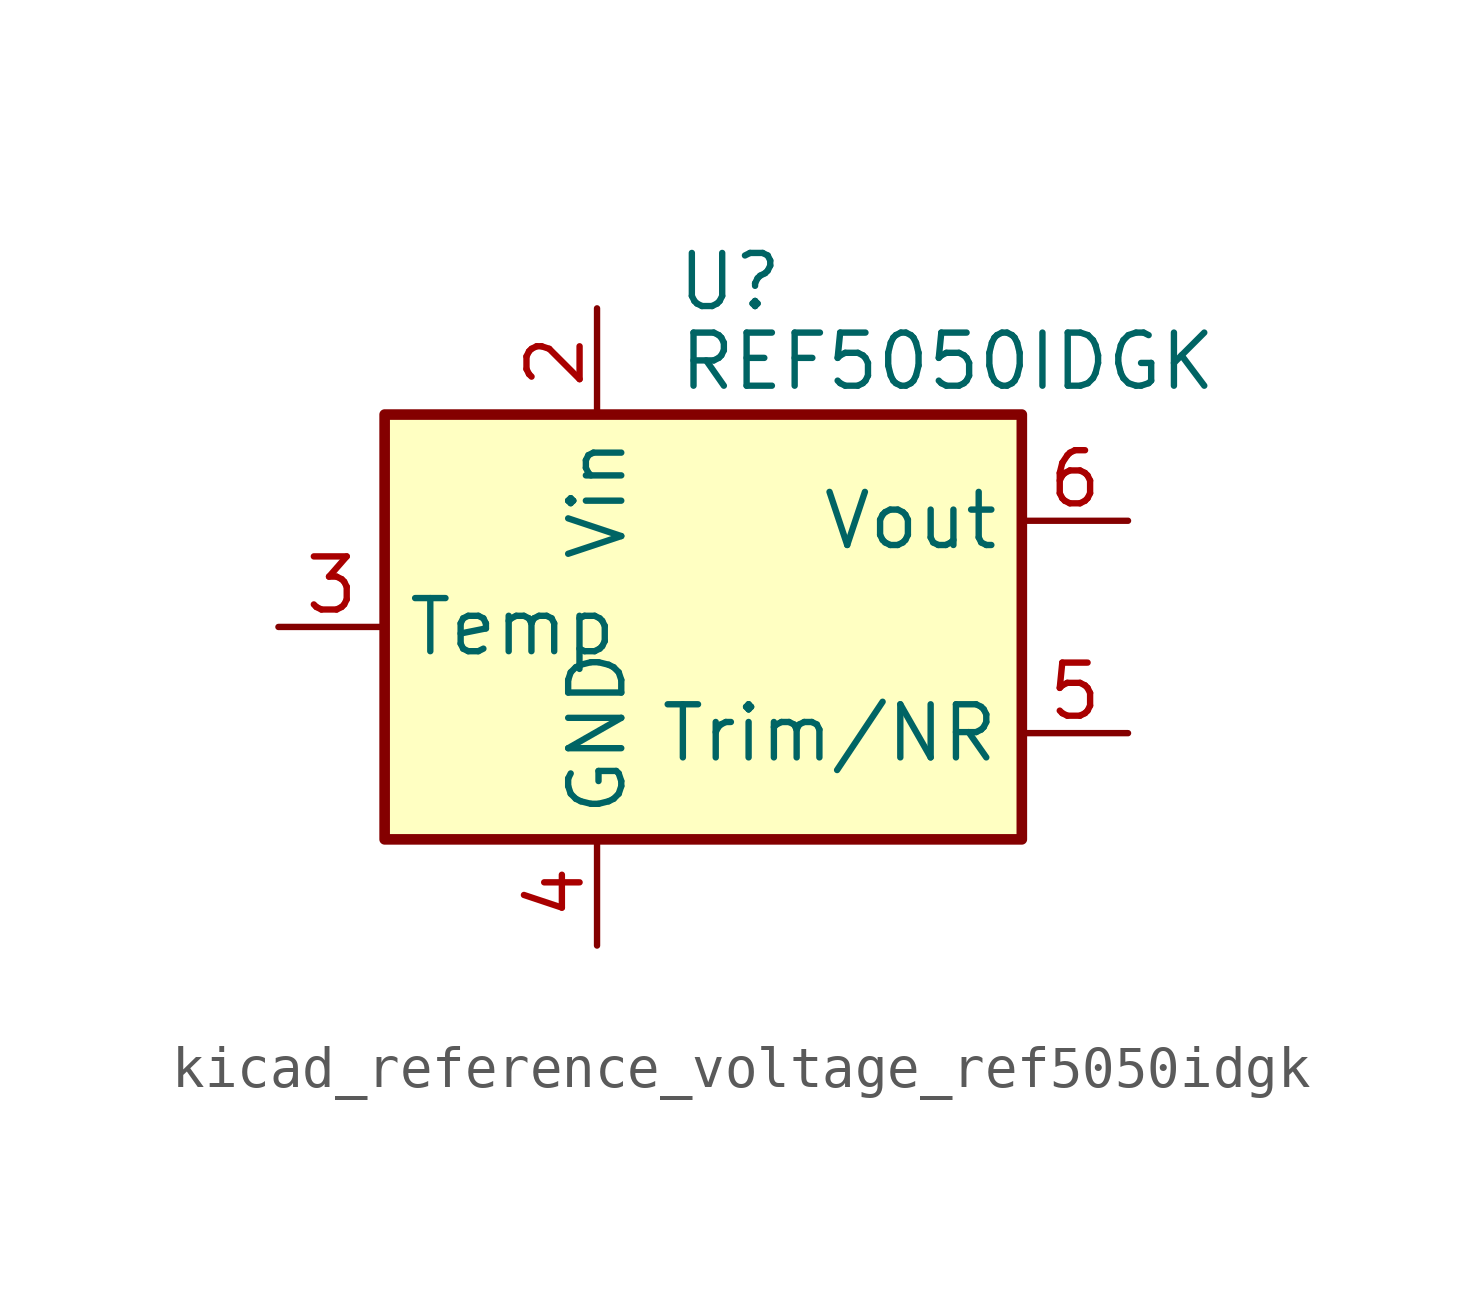
<source format=kicad_sym>
(kicad_symbol_lib
  (version 20220914)
  (generator kicad_symbol_editor)
  (symbol "kicad_reference_voltage_ref5050idgk"
    (property "Reference" "U"
      (at 0.635 8.255 0)
      (effects (font (size 1.27 1.27))))
    (property "Value" "REF5050IDGK"
      (at -0.635 6.35 0)
      (effects (font (size 1.27 1.27)) (justify left)))
    (symbol "kicad_reference_voltage_ref5050idgk_0_1"
      (rectangle (start -7.62 5.08) (end 7.62 -5.08) (stroke (width 0.254) (type default)) (fill (type background))))
    (symbol "kicad_reference_voltage_ref5050idgk_1_1"
      (pin no_connect line (at -7.62 2.54 0) (length 2.54) hide (name "DNC" (effects (font (size 1.27 1.27)))) (number "1" (effects (font (size 1.27 1.27)))))
      (pin power_in line (at -2.54 7.62 270) (length 2.54) (name "Vin" (effects (font (size 1.27 1.27)))) (number "2" (effects (font (size 1.27 1.27)))))
      (pin passive line (at -10.16 0 0) (length 2.54) (name "Temp" (effects (font (size 1.27 1.27)))) (number "3" (effects (font (size 1.27 1.27)))))
      (pin power_in line (at -2.54 -7.62 90) (length 2.54) (name "GND" (effects (font (size 1.27 1.27)))) (number "4" (effects (font (size 1.27 1.27)))))
      (pin passive line (at 10.16 -2.54 180) (length 2.54) (name "Trim/NR" (effects (font (size 1.27 1.27)))) (number "5" (effects (font (size 1.27 1.27)))))
      (pin power_out line (at 10.16 2.54 180) (length 2.54) (name "Vout" (effects (font (size 1.27 1.27)))) (number "6" (effects (font (size 1.27 1.27)))))
      (pin no_connect line (at -5.08 -5.08 90) (length 2.54) hide (name "NC" (effects (font (size 1.27 1.27)))) (number "7" (effects (font (size 1.27 1.27)))))
      (pin no_connect line (at 7.62 0 180) (length 2.54) hide (name "DNC" (effects (font (size 1.27 1.27)))) (number "8" (effects (font (size 1.27 1.27))))))))
</source>
